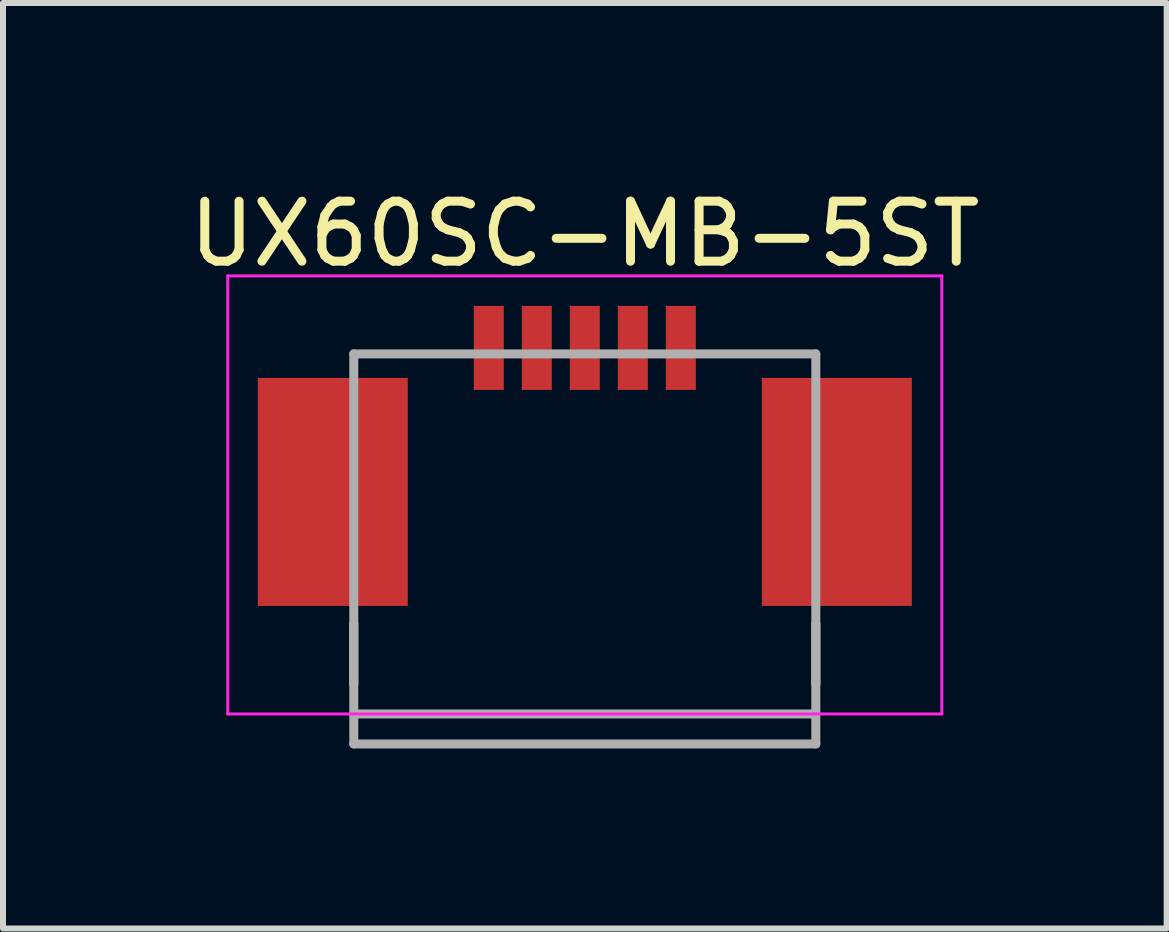
<source format=kicad_pcb>
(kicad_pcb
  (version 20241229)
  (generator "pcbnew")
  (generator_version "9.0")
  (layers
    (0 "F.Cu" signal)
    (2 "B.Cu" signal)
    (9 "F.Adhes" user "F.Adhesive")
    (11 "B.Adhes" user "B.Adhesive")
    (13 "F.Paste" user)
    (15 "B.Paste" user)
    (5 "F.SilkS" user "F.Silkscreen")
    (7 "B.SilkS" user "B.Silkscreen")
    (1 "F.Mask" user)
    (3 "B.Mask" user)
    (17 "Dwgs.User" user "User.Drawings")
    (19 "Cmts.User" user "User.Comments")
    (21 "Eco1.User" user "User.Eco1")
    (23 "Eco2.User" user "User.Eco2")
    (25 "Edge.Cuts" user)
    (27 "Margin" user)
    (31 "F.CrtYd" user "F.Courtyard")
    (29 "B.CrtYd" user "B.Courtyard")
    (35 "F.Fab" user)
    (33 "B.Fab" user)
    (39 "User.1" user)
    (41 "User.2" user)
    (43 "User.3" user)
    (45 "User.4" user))
  (footprint "UX60SC-MB-5ST"
    (layer "F.Cu")
    (at 6.696 8.848)
    (property "Reference" "UX60SC-MB-5ST" (at 0 -8 0) (layer "F.SilkS") (effects (font (size 1 1) (thickness 0.15))))
    (attr smd)
    (fp_line (start -3.85 -1.5) (end -3.85 -0.5) (stroke (width 0.15) (type solid)) (layer "F.SilkS"))
    (fp_line (start 3.85 -1.5) (end 3.85 -0.5) (stroke (width 0.15) (type solid)) (layer "F.SilkS"))
    (fp_line (start -5.95 -7.3) (end -5.95 0) (stroke (width 0.05) (type solid)) (layer "F.CrtYd"))
    (fp_line (start -5.95 -7.3) (end 5.95 -7.3) (stroke (width 0.05) (type solid)) (layer "F.CrtYd"))
    (fp_line (start -5.95 0) (end 5.95 0) (stroke (width 0.05) (type solid)) (layer "F.CrtYd"))
    (fp_line (start 5.95 -7.3) (end 5.95 0) (stroke (width 0.05) (type solid)) (layer "F.CrtYd"))
    (fp_line (start -3.85 -6) (end -3.85 0.5) (stroke (width 0.15) (type solid)) (layer "F.Fab"))
    (fp_line (start -3.85 -6) (end 3.85 -6) (stroke (width 0.15) (type solid)) (layer "F.Fab"))
    (fp_line (start -3.85 0) (end 3.85 0) (stroke (width 0.15) (type solid)) (layer "F.Fab"))
    (fp_line (start -3.85 0.5) (end 3.85 0.5) (stroke (width 0.15) (type solid)) (layer "F.Fab"))
    (fp_line (start 3.85 -6) (end 3.85 0.5) (stroke (width 0.15) (type solid)) (layer "F.Fab"))
    (pad "1" smd rect (at -1.6 -6.1) (size 0.5 1.4) (layers "F.Cu" "F.Mask" "F.Paste"))
    (pad "2" smd rect (at -0.8 -6.1) (size 0.5 1.4) (layers "F.Cu" "F.Mask" "F.Paste"))
    (pad "3" smd rect (at 0 -6.1) (size 0.5 1.4) (layers "F.Cu" "F.Mask" "F.Paste"))
    (pad "4" smd rect (at 0.8 -6.1) (size 0.5 1.4) (layers "F.Cu" "F.Mask" "F.Paste"))
    (pad "5" smd rect (at 1.6 -6.1) (size 0.5 1.4) (layers "F.Cu" "F.Mask" "F.Paste"))
    (pad "S" smd rect (at -4.2 -3.7) (size 2.5 3.8) (layers "F.Cu" "F.Mask" "F.Paste"))
    (pad "S" smd rect (at 4.2 -3.7) (size 2.5 3.8) (layers "F.Cu" "F.Mask" "F.Paste")))
  (gr_rect
    (start -3 -3)
    (end 16.393 12.423)
    (stroke (width 0.1) (type default))
    (fill no)
    (layer "Edge.Cuts")))
</source>
